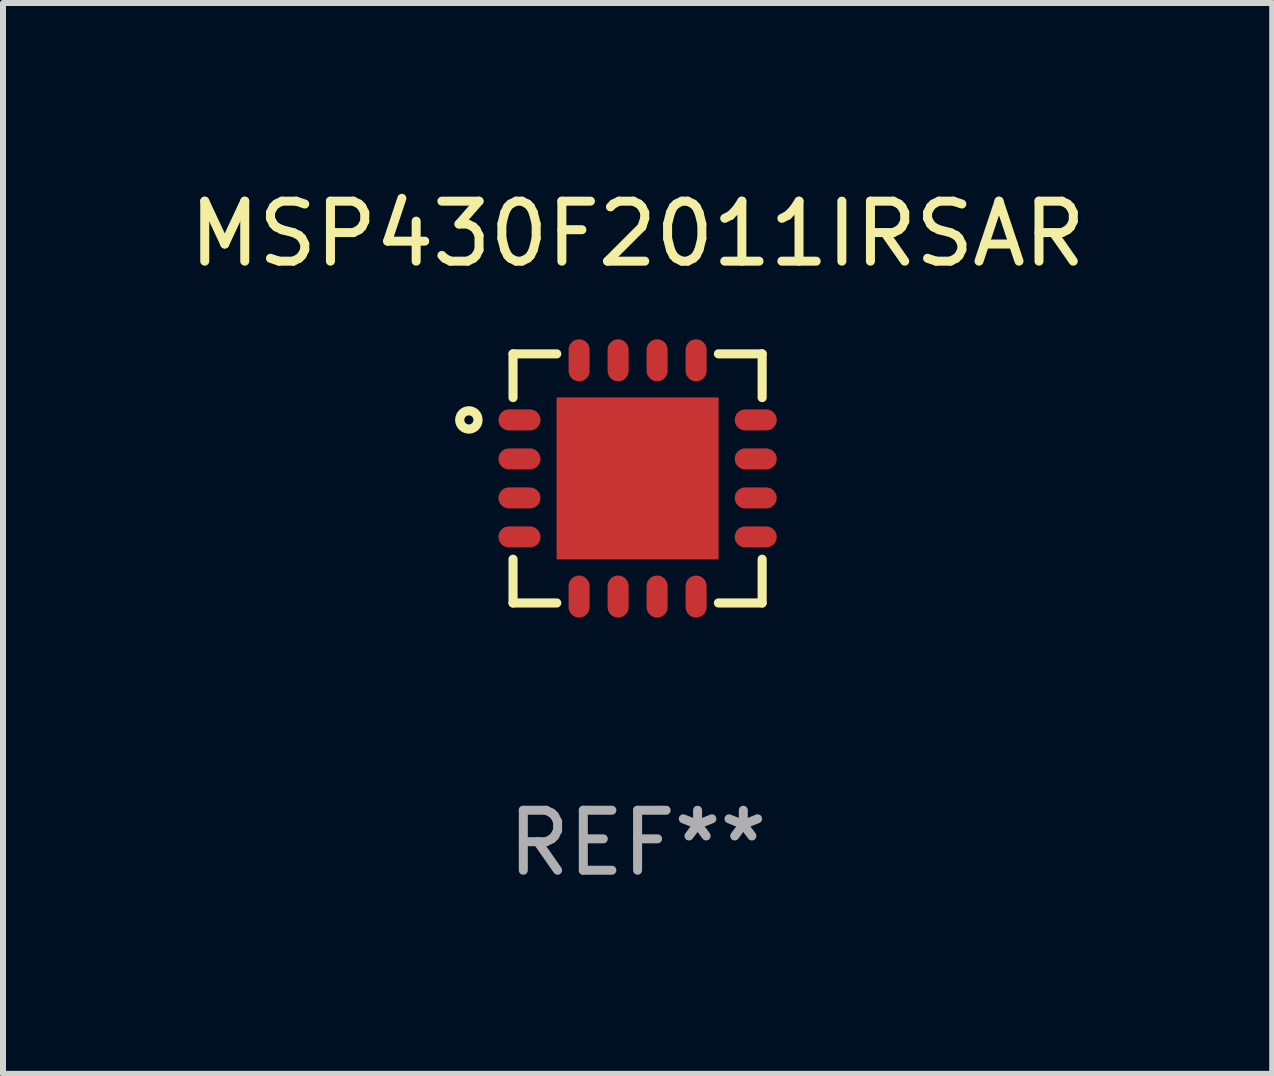
<source format=kicad_pcb>
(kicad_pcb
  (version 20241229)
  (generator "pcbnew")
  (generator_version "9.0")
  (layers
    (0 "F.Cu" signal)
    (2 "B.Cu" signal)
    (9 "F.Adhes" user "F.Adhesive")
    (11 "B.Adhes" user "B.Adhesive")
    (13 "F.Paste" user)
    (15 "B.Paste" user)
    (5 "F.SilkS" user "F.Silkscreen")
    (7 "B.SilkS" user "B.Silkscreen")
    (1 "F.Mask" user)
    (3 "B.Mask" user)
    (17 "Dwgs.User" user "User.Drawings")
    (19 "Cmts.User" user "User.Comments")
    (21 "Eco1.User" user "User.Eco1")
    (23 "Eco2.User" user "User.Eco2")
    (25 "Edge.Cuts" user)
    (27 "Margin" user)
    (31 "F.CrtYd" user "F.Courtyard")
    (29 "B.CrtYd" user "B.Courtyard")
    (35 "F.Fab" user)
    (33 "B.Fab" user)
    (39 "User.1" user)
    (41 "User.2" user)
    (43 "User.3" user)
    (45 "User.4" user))
  (footprint "MSP430F2011IRSAR"
    (layer "F.Cu")
    (at 7.577 4.924)
    (property "Reference" "MSP430F2011IRSAR" (at 0 -4.076 0) (layer "F.SilkS") (effects (font (size 1 1) (thickness 0.15))))
    (attr through_hole)
    (fp_line (start -2.076 -2.076) (end -2.076 -1.347) (stroke (width 0.152) (type solid)) (layer "F.SilkS"))
    (fp_line (start -2.076 2.076) (end -2.076 1.347) (stroke (width 0.152) (type solid)) (layer "F.SilkS"))
    (fp_line (start -1.347 -2.076) (end -2.076 -2.076) (stroke (width 0.152) (type solid)) (layer "F.SilkS"))
    (fp_line (start -1.347 2.076) (end -2.076 2.076) (stroke (width 0.152) (type solid)) (layer "F.SilkS"))
    (fp_line (start 1.347 -2.076) (end 2.076 -2.076) (stroke (width 0.152) (type solid)) (layer "F.SilkS"))
    (fp_line (start 1.347 2.076) (end 2.076 2.076) (stroke (width 0.152) (type solid)) (layer "F.SilkS"))
    (fp_line (start 2.076 -2.076) (end 2.076 -1.347) (stroke (width 0.152) (type solid)) (layer "F.SilkS"))
    (fp_line (start 2.076 2.076) (end 2.076 1.347) (stroke (width 0.152) (type solid)) (layer "F.SilkS"))
    (fp_circle (center -2.812 -0.975) (end -2.736 -0.975) (stroke (width 0.153) (type solid)) (fill no) (layer "F.SilkS"))
    (fp_text user "REF**" (at 0 6.076 0) (layer "F.Fab") (effects (font (size 1 1) (thickness 0.15))))
    (pad "1" smd oval (at -1.969 -0.975 270) (size 0.35 0.7) (layers "F.Cu" "F.Mask" "F.Paste"))
    (pad "2" smd oval (at -1.969 -0.325 270) (size 0.35 0.7) (layers "F.Cu" "F.Mask" "F.Paste"))
    (pad "3" smd oval (at -1.969 0.325 270) (size 0.35 0.7) (layers "F.Cu" "F.Mask" "F.Paste"))
    (pad "4" smd oval (at -1.969 0.975 270) (size 0.35 0.7) (layers "F.Cu" "F.Mask" "F.Paste"))
    (pad "5" smd oval (at -0.975 1.969 270) (size 0.7 0.35) (layers "F.Cu" "F.Mask" "F.Paste"))
    (pad "6" smd oval (at -0.325 1.969 270) (size 0.7 0.35) (layers "F.Cu" "F.Mask" "F.Paste"))
    (pad "7" smd oval (at 0.325 1.969 270) (size 0.7 0.35) (layers "F.Cu" "F.Mask" "F.Paste"))
    (pad "8" smd oval (at 0.975 1.969 270) (size 0.7 0.35) (layers "F.Cu" "F.Mask" "F.Paste"))
    (pad "9" smd oval (at 1.969 0.975 270) (size 0.35 0.7) (layers "F.Cu" "F.Mask" "F.Paste"))
    (pad "10" smd oval (at 1.969 0.325 270) (size 0.35 0.7) (layers "F.Cu" "F.Mask" "F.Paste"))
    (pad "11" smd oval (at 1.969 -0.325 270) (size 0.35 0.7) (layers "F.Cu" "F.Mask" "F.Paste"))
    (pad "12" smd oval (at 1.969 -0.975 270) (size 0.35 0.7) (layers "F.Cu" "F.Mask" "F.Paste"))
    (pad "13" smd oval (at 0.975 -1.969 270) (size 0.7 0.35) (layers "F.Cu" "F.Mask" "F.Paste"))
    (pad "14" smd oval (at 0.325 -1.969 270) (size 0.7 0.35) (layers "F.Cu" "F.Mask" "F.Paste"))
    (pad "15" smd oval (at -0.325 -1.969 270) (size 0.7 0.35) (layers "F.Cu" "F.Mask" "F.Paste"))
    (pad "16" smd oval (at -0.975 -1.969 270) (size 0.7 0.35) (layers "F.Cu" "F.Mask" "F.Paste"))
    (pad "17" smd rect (at 0 0) (size 2.7 2.7) (layers "F.Cu" "F.Mask" "F.Paste")))
  (gr_rect
    (start -3 -3)
    (end 18.155 14.849)
    (stroke (width 0.1) (type default))
    (fill no)
    (layer "Edge.Cuts")))
</source>
